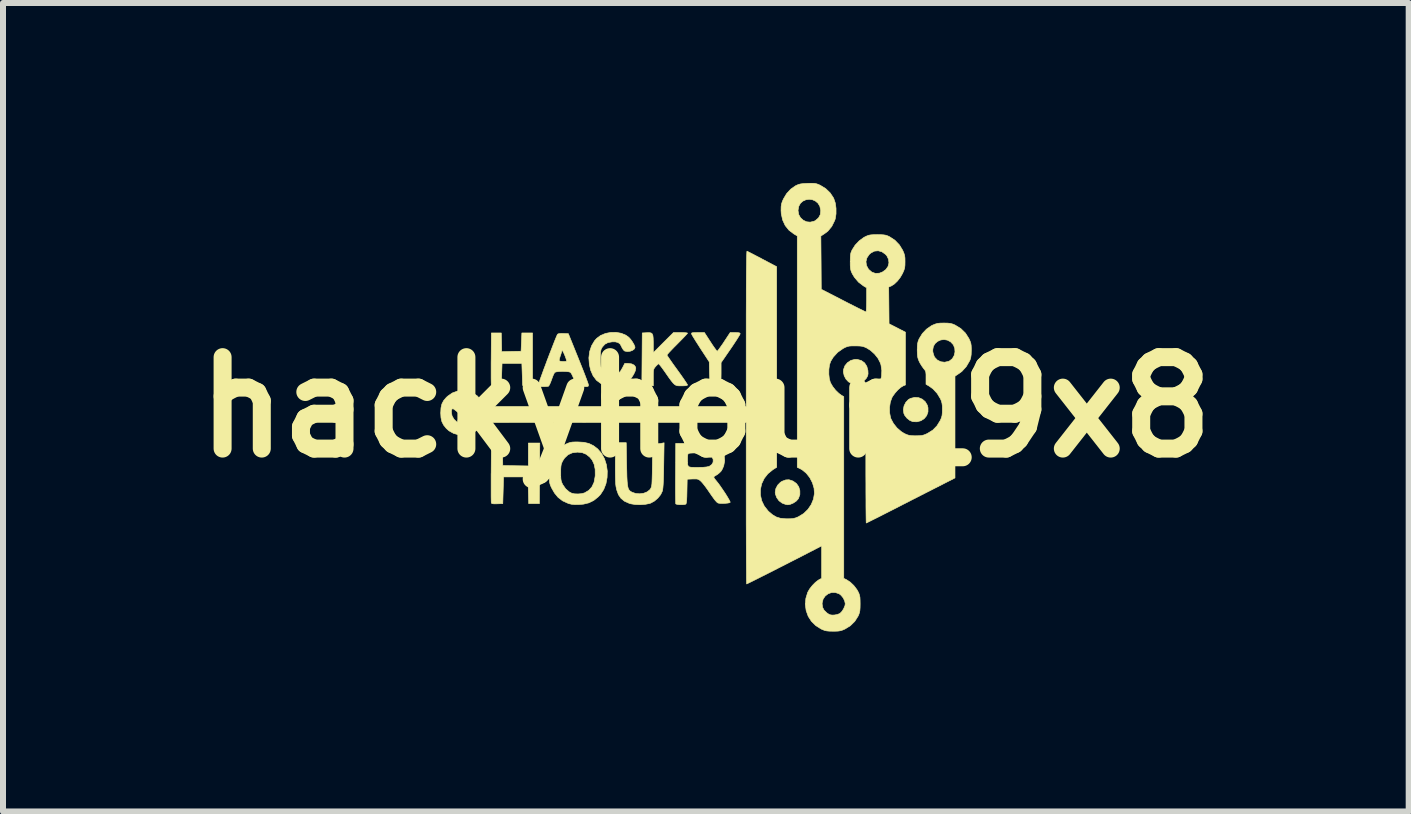
<source format=kicad_pcb>
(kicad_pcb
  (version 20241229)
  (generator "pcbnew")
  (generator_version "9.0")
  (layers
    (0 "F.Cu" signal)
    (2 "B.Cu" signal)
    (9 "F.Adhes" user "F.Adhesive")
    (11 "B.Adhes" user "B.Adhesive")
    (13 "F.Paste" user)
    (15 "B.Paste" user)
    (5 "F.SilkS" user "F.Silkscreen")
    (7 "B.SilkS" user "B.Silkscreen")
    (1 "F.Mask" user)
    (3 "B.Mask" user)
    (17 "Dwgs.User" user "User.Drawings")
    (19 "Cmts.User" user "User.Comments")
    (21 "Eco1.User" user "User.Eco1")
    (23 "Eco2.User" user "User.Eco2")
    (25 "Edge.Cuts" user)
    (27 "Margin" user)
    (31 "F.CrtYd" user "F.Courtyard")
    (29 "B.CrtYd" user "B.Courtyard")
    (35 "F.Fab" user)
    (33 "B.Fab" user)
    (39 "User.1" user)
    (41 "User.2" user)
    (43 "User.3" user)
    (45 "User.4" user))
  (footprint "hackyhour_9x8"
    (layer "F.Cu")
    (at 8.716 3.738)
    (property "Reference" "hackyhour_9x8" (at 0 0 0) (layer "F.SilkS") (effects (font (size 1.524 1.524) (thickness 0.3))))
    (attr through_hole)
    (fp_poly (pts (xy 3.548 -0.159) (xy 3.608 -0.134) (xy 3.658 -0.091) (xy 3.692 -0.033) (xy 3.703 0.009) (xy 3.703 0.078) (xy 3.681 0.14) (xy 3.641 0.189) (xy 3.586 0.225) (xy 3.52 0.243) (xy 3.451 0.241) (xy 3.401 0.221) (xy 3.354 0.184) (xy 3.316 0.137) (xy 3.301 0.104) (xy 3.292 0.041) (xy 3.304 -0.023) (xy 3.333 -0.081) (xy 3.376 -0.127) (xy 3.411 -0.147) (xy 3.481 -0.164) (xy 3.548 -0.159)) (stroke (width 0.01) (type solid)) (fill yes) (layer "F.SilkS"))
    (fp_poly (pts (xy 2.523 -0.797) (xy 2.592 -0.778) (xy 2.646 -0.739) (xy 2.683 -0.682) (xy 2.702 -0.61) (xy 2.702 -0.604) (xy 2.704 -0.558) (xy 2.698 -0.525) (xy 2.681 -0.492) (xy 2.674 -0.481) (xy 2.624 -0.428) (xy 2.563 -0.395) (xy 2.493 -0.385) (xy 2.432 -0.394) (xy 2.379 -0.422) (xy 2.336 -0.468) (xy 2.306 -0.525) (xy 2.292 -0.588) (xy 2.295 -0.628) (xy 2.318 -0.691) (xy 2.361 -0.743) (xy 2.417 -0.78) (xy 2.483 -0.797) (xy 2.523 -0.797)) (stroke (width 0.01) (type solid)) (fill yes) (layer "F.SilkS"))
    (fp_poly (pts (xy -3.406 -1.082) (xy -3.403 -0.926) (xy -3.241 -0.93) (xy -3.08 -0.933) (xy -3.067 -1.238) (xy -2.889 -1.238) (xy -2.889 -0.362) (xy -3.054 -0.362) (xy -3.067 -0.73) (xy -3.397 -0.73) (xy -3.41 -0.362) (xy -3.489 -0.358) (xy -3.539 -0.358) (xy -3.567 -0.363) (xy -3.575 -0.371) (xy -3.577 -0.387) (xy -3.578 -0.426) (xy -3.579 -0.484) (xy -3.579 -0.557) (xy -3.579 -0.644) (xy -3.579 -0.741) (xy -3.578 -0.813) (xy -3.575 -1.238) (xy -3.41 -1.238) (xy -3.406 -1.082)) (stroke (width 0.01) (type solid)) (fill yes) (layer "F.SilkS"))
    (fp_poly (pts (xy 1.445 1.228) (xy 1.456 1.233) (xy 1.51 1.272) (xy 1.548 1.326) (xy 1.567 1.39) (xy 1.567 1.456) (xy 1.544 1.521) (xy 1.542 1.525) (xy 1.508 1.564) (xy 1.459 1.597) (xy 1.404 1.62) (xy 1.365 1.626) (xy 1.33 1.62) (xy 1.287 1.605) (xy 1.27 1.597) (xy 1.219 1.559) (xy 1.181 1.506) (xy 1.159 1.446) (xy 1.156 1.416) (xy 1.167 1.356) (xy 1.198 1.298) (xy 1.243 1.252) (xy 1.27 1.235) (xy 1.331 1.212) (xy 1.386 1.209) (xy 1.445 1.228)) (stroke (width 0.01) (type solid)) (fill yes) (layer "F.SilkS"))
    (fp_poly (pts (xy -3.388 0.784) (xy -3.385 0.972) (xy -2.959 0.979) (xy -2.959 0.597) (xy -2.768 0.597) (xy -2.772 1.102) (xy -2.775 1.607) (xy -2.953 1.607) (xy -2.965 1.162) (xy -3.372 1.162) (xy -3.385 1.607) (xy -3.477 1.61) (xy -3.53 1.611) (xy -3.562 1.607) (xy -3.575 1.598) (xy -3.575 1.598) (xy -3.577 1.582) (xy -3.578 1.543) (xy -3.579 1.485) (xy -3.579 1.41) (xy -3.579 1.321) (xy -3.579 1.221) (xy -3.579 1.113) (xy -3.578 1.092) (xy -3.575 0.603) (xy -3.483 0.6) (xy -3.392 0.596) (xy -3.388 0.784)) (stroke (width 0.01) (type solid)) (fill yes) (layer "F.SilkS"))
    (fp_poly (pts (xy 0.077 -1.089) (xy 0.113 -1.034) (xy 0.145 -0.988) (xy 0.171 -0.953) (xy 0.186 -0.935) (xy 0.189 -0.933) (xy 0.2 -0.944) (xy 0.221 -0.971) (xy 0.251 -1.013) (xy 0.287 -1.064) (xy 0.303 -1.089) (xy 0.406 -1.245) (xy 0.489 -1.245) (xy 0.535 -1.243) (xy 0.56 -1.239) (xy 0.57 -1.231) (xy 0.572 -1.224) (xy 0.565 -1.208) (xy 0.545 -1.175) (xy 0.515 -1.127) (xy 0.477 -1.069) (xy 0.433 -1.003) (xy 0.413 -0.974) (xy 0.254 -0.743) (xy 0.254 -0.565) (xy 0.253 -0.48) (xy 0.25 -0.421) (xy 0.245 -0.384) (xy 0.239 -0.371) (xy 0.216 -0.361) (xy 0.179 -0.356) (xy 0.138 -0.357) (xy 0.101 -0.361) (xy 0.079 -0.371) (xy 0.079 -0.372) (xy 0.074 -0.39) (xy 0.069 -0.428) (xy 0.065 -0.483) (xy 0.062 -0.548) (xy 0.061 -0.572) (xy 0.057 -0.756) (xy -0.088 -0.977) (xy -0.131 -1.045) (xy -0.171 -1.107) (xy -0.203 -1.159) (xy -0.226 -1.197) (xy -0.237 -1.219) (xy -0.238 -1.222) (xy -0.239 -1.233) (xy -0.23 -1.24) (xy -0.208 -1.243) (xy -0.168 -1.244) (xy -0.134 -1.245) (xy -0.024 -1.245) (xy 0.077 -1.089)) (stroke (width 0.01) (type solid)) (fill yes) (layer "F.SilkS"))
    (fp_poly (pts (xy -1.321 0.953) (xy -1.318 1.068) (xy -1.316 1.16) (xy -1.312 1.233) (xy -1.307 1.288) (xy -1.3 1.33) (xy -1.291 1.36) (xy -1.278 1.382) (xy -1.262 1.398) (xy -1.241 1.411) (xy -1.231 1.417) (xy -1.169 1.438) (xy -1.102 1.443) (xy -1.036 1.434) (xy -0.978 1.411) (xy -0.934 1.376) (xy -0.921 1.359) (xy -0.914 1.344) (xy -0.907 1.328) (xy -0.903 1.306) (xy -0.899 1.275) (xy -0.897 1.234) (xy -0.895 1.177) (xy -0.893 1.103) (xy -0.892 1.008) (xy -0.891 0.962) (xy -0.888 0.61) (xy -0.833 0.61) (xy -0.787 0.608) (xy -0.744 0.603) (xy -0.737 0.601) (xy -0.696 0.593) (xy -0.702 0.967) (xy -0.704 1.097) (xy -0.707 1.202) (xy -0.711 1.285) (xy -0.716 1.346) (xy -0.722 1.386) (xy -0.724 1.396) (xy -0.753 1.457) (xy -0.8 1.515) (xy -0.858 1.565) (xy -0.921 1.599) (xy -0.939 1.605) (xy -1.01 1.619) (xy -1.093 1.625) (xy -1.177 1.622) (xy -1.251 1.61) (xy -1.278 1.602) (xy -1.356 1.567) (xy -1.414 1.52) (xy -1.457 1.458) (xy -1.486 1.378) (xy -1.498 1.321) (xy -1.503 1.28) (xy -1.506 1.218) (xy -1.508 1.137) (xy -1.509 1.042) (xy -1.509 0.936) (xy -1.509 0.914) (xy -1.505 0.591) (xy -1.327 0.591) (xy -1.321 0.953)) (stroke (width 0.01) (type solid)) (fill yes) (layer "F.SilkS"))
    (fp_poly (pts (xy -0.371 -1.244) (xy -0.331 -1.241) (xy -0.308 -1.237) (xy -0.305 -1.235) (xy -0.313 -1.223) (xy -0.337 -1.197) (xy -0.374 -1.158) (xy -0.42 -1.111) (xy -0.473 -1.057) (xy -0.476 -1.054) (xy -0.53 -1) (xy -0.576 -0.952) (xy -0.614 -0.912) (xy -0.638 -0.884) (xy -0.648 -0.87) (xy -0.648 -0.87) (xy -0.641 -0.856) (xy -0.62 -0.825) (xy -0.589 -0.78) (xy -0.55 -0.724) (xy -0.503 -0.659) (xy -0.476 -0.622) (xy -0.427 -0.554) (xy -0.384 -0.493) (xy -0.348 -0.44) (xy -0.322 -0.401) (xy -0.307 -0.377) (xy -0.305 -0.371) (xy -0.314 -0.363) (xy -0.342 -0.358) (xy -0.392 -0.356) (xy -0.404 -0.356) (xy -0.442 -0.356) (xy -0.472 -0.358) (xy -0.498 -0.365) (xy -0.521 -0.379) (xy -0.546 -0.403) (xy -0.576 -0.44) (xy -0.614 -0.491) (xy -0.662 -0.56) (xy -0.672 -0.575) (xy -0.71 -0.628) (xy -0.743 -0.673) (xy -0.769 -0.705) (xy -0.784 -0.722) (xy -0.787 -0.724) (xy -0.801 -0.715) (xy -0.824 -0.693) (xy -0.837 -0.679) (xy -0.854 -0.658) (xy -0.865 -0.64) (xy -0.872 -0.618) (xy -0.875 -0.585) (xy -0.876 -0.538) (xy -0.876 -0.495) (xy -0.876 -0.356) (xy -1.067 -0.356) (xy -1.06 -1.238) (xy -0.985 -1.242) (xy -0.943 -1.243) (xy -0.914 -1.238) (xy -0.895 -1.224) (xy -0.883 -1.197) (xy -0.878 -1.154) (xy -0.876 -1.09) (xy -0.876 -1.055) (xy -0.876 -0.908) (xy -0.708 -1.077) (xy -0.539 -1.245) (xy -0.422 -1.245) (xy -0.371 -1.244)) (stroke (width 0.01) (type solid)) (fill yes) (layer "F.SilkS"))
    (fp_poly (pts (xy -1.408 -1.232) (xy -1.331 -1.199) (xy -1.284 -1.165) (xy -1.253 -1.131) (xy -1.223 -1.088) (xy -1.198 -1.045) (xy -1.183 -1.009) (xy -1.181 -0.996) (xy -1.193 -0.97) (xy -1.222 -0.948) (xy -1.262 -0.933) (xy -1.307 -0.928) (xy -1.347 -0.935) (xy -1.358 -0.939) (xy -1.377 -0.959) (xy -1.397 -0.991) (xy -1.402 -1.002) (xy -1.427 -1.05) (xy -1.462 -1.078) (xy -1.51 -1.09) (xy -1.562 -1.09) (xy -1.631 -1.078) (xy -1.682 -1.051) (xy -1.723 -1.006) (xy -1.734 -0.989) (xy -1.746 -0.965) (xy -1.753 -0.935) (xy -1.757 -0.895) (xy -1.759 -0.838) (xy -1.759 -0.813) (xy -1.758 -0.748) (xy -1.755 -0.703) (xy -1.749 -0.671) (xy -1.738 -0.645) (xy -1.734 -0.636) (xy -1.69 -0.582) (xy -1.634 -0.549) (xy -1.579 -0.537) (xy -1.516 -0.539) (xy -1.465 -0.56) (xy -1.423 -0.6) (xy -1.391 -0.654) (xy -1.352 -0.73) (xy -1.294 -0.73) (xy -1.236 -0.722) (xy -1.194 -0.701) (xy -1.171 -0.669) (xy -1.168 -0.65) (xy -1.177 -0.604) (xy -1.202 -0.55) (xy -1.237 -0.494) (xy -1.278 -0.445) (xy -1.292 -0.432) (xy -1.367 -0.382) (xy -1.455 -0.352) (xy -1.551 -0.344) (xy -1.651 -0.357) (xy -1.664 -0.36) (xy -1.752 -0.396) (xy -1.824 -0.45) (xy -1.88 -0.525) (xy -1.921 -0.619) (xy -1.942 -0.714) (xy -1.95 -0.823) (xy -1.937 -0.928) (xy -1.905 -1.024) (xy -1.855 -1.108) (xy -1.82 -1.147) (xy -1.753 -1.197) (xy -1.672 -1.23) (xy -1.584 -1.247) (xy -1.494 -1.248) (xy -1.408 -1.232)) (stroke (width 0.01) (type solid)) (fill yes) (layer "F.SilkS"))
    (fp_poly (pts (xy -2.376 -1.229) (xy -2.292 -1.226) (xy -2.125 -0.813) (xy -2.086 -0.715) (xy -2.05 -0.625) (xy -2.018 -0.543) (xy -1.992 -0.474) (xy -1.972 -0.42) (xy -1.96 -0.385) (xy -1.957 -0.371) (xy -1.958 -0.356) (xy -1.965 -0.348) (xy -1.983 -0.344) (xy -2.018 -0.344) (xy -2.054 -0.346) (xy -2.152 -0.349) (xy -2.194 -0.457) (xy -2.215 -0.507) (xy -2.235 -0.549) (xy -2.252 -0.576) (xy -2.257 -0.581) (xy -2.282 -0.59) (xy -2.328 -0.595) (xy -2.388 -0.597) (xy -2.45 -0.595) (xy -2.495 -0.589) (xy -2.517 -0.581) (xy -2.53 -0.562) (xy -2.547 -0.526) (xy -2.565 -0.478) (xy -2.571 -0.461) (xy -2.589 -0.413) (xy -2.606 -0.375) (xy -2.62 -0.353) (xy -2.624 -0.35) (xy -2.647 -0.346) (xy -2.686 -0.344) (xy -2.719 -0.343) (xy -2.761 -0.344) (xy -2.784 -0.348) (xy -2.793 -0.358) (xy -2.794 -0.368) (xy -2.79 -0.385) (xy -2.777 -0.422) (xy -2.758 -0.476) (xy -2.733 -0.544) (xy -2.705 -0.622) (xy -2.673 -0.706) (xy -2.644 -0.785) (xy -2.445 -0.785) (xy -2.444 -0.774) (xy -2.428 -0.767) (xy -2.398 -0.763) (xy -2.363 -0.762) (xy -2.333 -0.764) (xy -2.322 -0.769) (xy -2.323 -0.783) (xy -2.332 -0.814) (xy -2.348 -0.857) (xy -2.354 -0.872) (xy -2.374 -0.916) (xy -2.389 -0.942) (xy -2.397 -0.947) (xy -2.398 -0.945) (xy -2.405 -0.92) (xy -2.417 -0.881) (xy -2.427 -0.853) (xy -2.439 -0.814) (xy -2.445 -0.785) (xy -2.644 -0.785) (xy -2.64 -0.794) (xy -2.607 -0.882) (xy -2.574 -0.966) (xy -2.544 -1.043) (xy -2.518 -1.11) (xy -2.496 -1.164) (xy -2.48 -1.201) (xy -2.472 -1.217) (xy -2.452 -1.226) (xy -2.41 -1.23) (xy -2.376 -1.229)) (stroke (width 0.01) (type solid)) (fill yes) (layer "F.SilkS"))
    (fp_poly (pts (xy -2.032 0.585) (xy -1.948 0.605) (xy -1.874 0.641) (xy -1.804 0.694) (xy -1.739 0.769) (xy -1.69 0.859) (xy -1.658 0.958) (xy -1.643 1.064) (xy -1.646 1.17) (xy -1.665 1.274) (xy -1.702 1.37) (xy -1.756 1.454) (xy -1.793 1.493) (xy -1.869 1.554) (xy -1.95 1.594) (xy -2.041 1.616) (xy -2.115 1.622) (xy -2.184 1.623) (xy -2.237 1.618) (xy -2.283 1.607) (xy -2.295 1.603) (xy -2.387 1.561) (xy -2.462 1.504) (xy -2.523 1.43) (xy -2.571 1.346) (xy -2.587 1.311) (xy -2.598 1.281) (xy -2.605 1.251) (xy -2.608 1.213) (xy -2.61 1.162) (xy -2.61 1.098) (xy -2.61 1.092) (xy -2.419 1.092) (xy -2.419 1.155) (xy -2.416 1.199) (xy -2.41 1.232) (xy -2.399 1.262) (xy -2.385 1.291) (xy -2.337 1.36) (xy -2.277 1.412) (xy -2.235 1.434) (xy -2.188 1.444) (xy -2.13 1.446) (xy -2.07 1.441) (xy -2.022 1.428) (xy -1.951 1.386) (xy -1.899 1.328) (xy -1.863 1.251) (xy -1.846 1.156) (xy -1.844 1.135) (xy -1.845 1.035) (xy -1.862 0.952) (xy -1.894 0.883) (xy -1.934 0.833) (xy -1.993 0.785) (xy -2.059 0.758) (xy -2.139 0.749) (xy -2.141 0.749) (xy -2.226 0.76) (xy -2.297 0.792) (xy -2.354 0.846) (xy -2.385 0.893) (xy -2.401 0.926) (xy -2.411 0.955) (xy -2.416 0.989) (xy -2.419 1.035) (xy -2.419 1.092) (xy -2.61 1.092) (xy -2.61 1.03) (xy -2.608 0.981) (xy -2.604 0.945) (xy -2.597 0.915) (xy -2.586 0.886) (xy -2.569 0.85) (xy -2.568 0.849) (xy -2.511 0.755) (xy -2.44 0.681) (xy -2.353 0.625) (xy -2.339 0.618) (xy -2.296 0.599) (xy -2.26 0.587) (xy -2.223 0.581) (xy -2.175 0.579) (xy -2.134 0.579) (xy -2.032 0.585)) (stroke (width 0.01) (type solid)) (fill yes) (layer "F.SilkS"))
    (fp_poly (pts (xy -0.216 0.604) (xy -0.108 0.605) (xy -0.022 0.607) (xy 0.045 0.611) (xy 0.098 0.617) (xy 0.139 0.627) (xy 0.171 0.64) (xy 0.2 0.657) (xy 0.227 0.68) (xy 0.229 0.681) (xy 0.279 0.742) (xy 0.307 0.814) (xy 0.314 0.893) (xy 0.298 0.976) (xy 0.278 1.025) (xy 0.257 1.062) (xy 0.23 1.091) (xy 0.193 1.121) (xy 0.145 1.15) (xy 0.134 1.159) (xy 0.134 1.171) (xy 0.144 1.19) (xy 0.169 1.221) (xy 0.186 1.242) (xy 0.215 1.279) (xy 0.249 1.327) (xy 0.286 1.381) (xy 0.323 1.436) (xy 0.356 1.489) (xy 0.383 1.535) (xy 0.401 1.568) (xy 0.406 1.585) (xy 0.395 1.592) (xy 0.365 1.598) (xy 0.324 1.602) (xy 0.279 1.604) (xy 0.238 1.603) (xy 0.206 1.598) (xy 0.203 1.597) (xy 0.181 1.581) (xy 0.149 1.545) (xy 0.106 1.486) (xy 0.07 1.434) (xy 0.029 1.374) (xy -0.011 1.319) (xy -0.047 1.273) (xy -0.075 1.241) (xy -0.08 1.236) (xy -0.106 1.214) (xy -0.129 1.201) (xy -0.155 1.196) (xy -0.195 1.196) (xy -0.22 1.196) (xy -0.311 1.2) (xy -0.315 1.403) (xy -0.317 1.489) (xy -0.32 1.552) (xy -0.325 1.592) (xy -0.331 1.613) (xy -0.334 1.615) (xy -0.357 1.622) (xy -0.394 1.625) (xy -0.435 1.625) (xy -0.472 1.621) (xy -0.497 1.614) (xy -0.502 1.61) (xy -0.503 1.594) (xy -0.504 1.555) (xy -0.505 1.497) (xy -0.506 1.422) (xy -0.506 1.333) (xy -0.506 1.233) (xy -0.505 1.124) (xy -0.505 1.099) (xy -0.503 0.869) (xy -0.305 0.869) (xy -0.305 0.924) (xy -0.302 0.961) (xy -0.292 0.984) (xy -0.271 0.997) (xy -0.236 1.002) (xy -0.181 1.003) (xy -0.138 1.003) (xy -0.052 1.002) (xy 0.011 0.996) (xy 0.053 0.987) (xy 0.058 0.985) (xy 0.099 0.956) (xy 0.121 0.917) (xy 0.122 0.872) (xy 0.104 0.827) (xy 0.072 0.795) (xy 0.052 0.783) (xy 0.026 0.775) (xy -0.01 0.769) (xy -0.063 0.766) (xy -0.102 0.764) (xy -0.162 0.763) (xy -0.216 0.763) (xy -0.256 0.765) (xy -0.273 0.767) (xy -0.289 0.773) (xy -0.299 0.783) (xy -0.303 0.805) (xy -0.305 0.843) (xy -0.305 0.869) (xy -0.503 0.869) (xy -0.502 0.603) (xy -0.216 0.604)) (stroke (width 0.01) (type solid)) (fill yes) (layer "F.SilkS"))
    (fp_poly (pts (xy 1.803 -3.732) (xy 1.836 -3.727) (xy 1.867 -3.717) (xy 1.905 -3.701) (xy 1.908 -3.699) (xy 1.997 -3.645) (xy 2.072 -3.573) (xy 2.127 -3.49) (xy 2.132 -3.48) (xy 2.158 -3.403) (xy 2.17 -3.315) (xy 2.17 -3.223) (xy 2.157 -3.14) (xy 2.147 -3.111) (xy 2.099 -3.014) (xy 2.035 -2.936) (xy 1.98 -2.894) (xy 1.917 -2.853) (xy 1.921 -2.409) (xy 1.924 -1.966) (xy 2.292 -1.777) (xy 2.381 -1.731) (xy 2.463 -1.69) (xy 2.535 -1.653) (xy 2.595 -1.624) (xy 2.639 -1.602) (xy 2.665 -1.59) (xy 2.67 -1.588) (xy 2.673 -1.6) (xy 2.676 -1.633) (xy 2.678 -1.683) (xy 2.679 -1.745) (xy 2.68 -1.789) (xy 2.68 -1.991) (xy 2.626 -2.023) (xy 2.545 -2.085) (xy 2.477 -2.165) (xy 2.442 -2.223) (xy 2.426 -2.257) (xy 2.416 -2.287) (xy 2.41 -2.322) (xy 2.407 -2.367) (xy 2.407 -2.426) (xy 2.669 -2.426) (xy 2.678 -2.362) (xy 2.71 -2.303) (xy 2.715 -2.297) (xy 2.767 -2.252) (xy 2.826 -2.231) (xy 2.892 -2.234) (xy 2.946 -2.255) (xy 3.001 -2.295) (xy 3.037 -2.347) (xy 3.052 -2.406) (xy 3.045 -2.466) (xy 3.017 -2.524) (xy 2.993 -2.55) (xy 2.935 -2.591) (xy 2.873 -2.608) (xy 2.81 -2.602) (xy 2.751 -2.571) (xy 2.722 -2.545) (xy 2.684 -2.488) (xy 2.669 -2.426) (xy 2.407 -2.426) (xy 2.407 -2.426) (xy 2.408 -2.49) (xy 2.411 -2.536) (xy 2.417 -2.571) (xy 2.429 -2.602) (xy 2.437 -2.62) (xy 2.488 -2.701) (xy 2.556 -2.773) (xy 2.632 -2.829) (xy 2.65 -2.839) (xy 2.686 -2.856) (xy 2.717 -2.867) (xy 2.751 -2.873) (xy 2.795 -2.876) (xy 2.857 -2.877) (xy 2.857 -2.877) (xy 2.92 -2.876) (xy 2.965 -2.873) (xy 3 -2.867) (xy 3.032 -2.856) (xy 3.062 -2.842) (xy 3.151 -2.784) (xy 3.226 -2.706) (xy 3.281 -2.616) (xy 3.301 -2.57) (xy 3.313 -2.531) (xy 3.319 -2.488) (xy 3.32 -2.431) (xy 3.32 -2.426) (xy 3.319 -2.367) (xy 3.314 -2.323) (xy 3.302 -2.283) (xy 3.282 -2.237) (xy 3.28 -2.232) (xy 3.242 -2.166) (xy 3.194 -2.104) (xy 3.142 -2.054) (xy 3.091 -2.021) (xy 3.087 -2.02) (xy 3.048 -2.003) (xy 3.051 -1.697) (xy 3.054 -1.391) (xy 3.191 -1.321) (xy 3.327 -1.251) (xy 3.327 -0.811) (xy 3.327 -0.371) (xy 3.29 -0.356) (xy 3.249 -0.331) (xy 3.202 -0.29) (xy 3.157 -0.24) (xy 3.118 -0.187) (xy 3.102 -0.16) (xy 3.075 -0.085) (xy 3.062 0.002) (xy 3.063 0.091) (xy 3.079 0.175) (xy 3.086 0.194) (xy 3.127 0.271) (xy 3.186 0.345) (xy 3.258 0.407) (xy 3.31 0.439) (xy 3.35 0.457) (xy 3.385 0.468) (xy 3.424 0.474) (xy 3.476 0.476) (xy 3.499 0.476) (xy 3.557 0.475) (xy 3.6 0.471) (xy 3.636 0.462) (xy 3.675 0.446) (xy 3.699 0.434) (xy 3.784 0.381) (xy 3.852 0.311) (xy 3.907 0.222) (xy 3.91 0.216) (xy 3.928 0.174) (xy 3.938 0.135) (xy 3.942 0.088) (xy 3.943 0.038) (xy 3.942 -0.022) (xy 3.936 -0.067) (xy 3.925 -0.107) (xy 3.91 -0.141) (xy 3.857 -0.229) (xy 3.789 -0.303) (xy 3.727 -0.349) (xy 3.67 -0.382) (xy 3.67 -0.491) (xy 3.67 -0.545) (xy 3.667 -0.58) (xy 3.66 -0.605) (xy 3.646 -0.626) (xy 3.63 -0.645) (xy 3.602 -0.684) (xy 3.572 -0.732) (xy 3.557 -0.761) (xy 3.541 -0.8) (xy 3.531 -0.836) (xy 3.526 -0.878) (xy 3.524 -0.935) (xy 3.524 -0.953) (xy 3.524 -0.955) (xy 3.782 -0.955) (xy 3.784 -0.922) (xy 3.795 -0.879) (xy 3.81 -0.84) (xy 3.815 -0.832) (xy 3.859 -0.786) (xy 3.916 -0.758) (xy 3.98 -0.75) (xy 4.045 -0.764) (xy 4.064 -0.773) (xy 4.109 -0.809) (xy 4.139 -0.861) (xy 4.153 -0.921) (xy 4.149 -0.983) (xy 4.126 -1.04) (xy 4.124 -1.043) (xy 4.08 -1.09) (xy 4.027 -1.118) (xy 3.971 -1.128) (xy 3.915 -1.121) (xy 3.864 -1.098) (xy 3.822 -1.062) (xy 3.793 -1.014) (xy 3.782 -0.955) (xy 3.524 -0.955) (xy 3.525 -1.014) (xy 3.529 -1.059) (xy 3.538 -1.096) (xy 3.552 -1.133) (xy 3.558 -1.145) (xy 3.609 -1.228) (xy 3.678 -1.301) (xy 3.758 -1.357) (xy 3.782 -1.369) (xy 3.823 -1.386) (xy 3.861 -1.397) (xy 3.906 -1.402) (xy 3.966 -1.403) (xy 3.969 -1.403) (xy 4.03 -1.402) (xy 4.075 -1.397) (xy 4.113 -1.387) (xy 4.154 -1.37) (xy 4.155 -1.369) (xy 4.249 -1.312) (xy 4.327 -1.236) (xy 4.385 -1.145) (xy 4.405 -1.101) (xy 4.417 -1.066) (xy 4.423 -1.028) (xy 4.425 -0.98) (xy 4.425 -0.946) (xy 4.423 -0.879) (xy 4.416 -0.829) (xy 4.404 -0.788) (xy 4.398 -0.775) (xy 4.34 -0.676) (xy 4.267 -0.596) (xy 4.223 -0.564) (xy 4.153 -0.517) (xy 4.153 1.179) (xy 3.417 1.554) (xy 3.29 1.619) (xy 3.17 1.681) (xy 3.059 1.737) (xy 2.957 1.789) (xy 2.869 1.834) (xy 2.794 1.871) (xy 2.736 1.9) (xy 2.696 1.92) (xy 2.676 1.93) (xy 2.674 1.93) (xy 2.673 1.918) (xy 2.672 1.882) (xy 2.671 1.825) (xy 2.67 1.747) (xy 2.669 1.652) (xy 2.669 1.54) (xy 2.668 1.415) (xy 2.668 1.277) (xy 2.667 1.129) (xy 2.667 0.972) (xy 2.667 0.879) (xy 2.667 -0.172) (xy 2.713 -0.197) (xy 2.764 -0.233) (xy 2.817 -0.286) (xy 2.864 -0.347) (xy 2.9 -0.408) (xy 2.907 -0.426) (xy 2.929 -0.516) (xy 2.933 -0.613) (xy 2.919 -0.707) (xy 2.907 -0.742) (xy 2.869 -0.816) (xy 2.813 -0.886) (xy 2.746 -0.947) (xy 2.682 -0.987) (xy 2.644 -1.004) (xy 2.609 -1.015) (xy 2.57 -1.02) (xy 2.518 -1.022) (xy 2.489 -1.022) (xy 2.431 -1.022) (xy 2.39 -1.019) (xy 2.357 -1.011) (xy 2.324 -0.998) (xy 2.288 -0.979) (xy 2.198 -0.916) (xy 2.124 -0.835) (xy 2.081 -0.765) (xy 2.061 -0.706) (xy 2.051 -0.632) (xy 2.05 -0.552) (xy 2.058 -0.476) (xy 2.076 -0.411) (xy 2.08 -0.404) (xy 2.115 -0.344) (xy 2.163 -0.283) (xy 2.218 -0.23) (xy 2.256 -0.202) (xy 2.299 -0.176) (xy 2.299 2.853) (xy 2.343 2.874) (xy 2.406 2.915) (xy 2.467 2.973) (xy 2.518 3.04) (xy 2.535 3.07) (xy 2.552 3.105) (xy 2.562 3.137) (xy 2.569 3.171) (xy 2.571 3.215) (xy 2.572 3.277) (xy 2.571 3.34) (xy 2.568 3.386) (xy 2.561 3.422) (xy 2.55 3.455) (xy 2.538 3.482) (xy 2.483 3.569) (xy 2.409 3.642) (xy 2.32 3.697) (xy 2.279 3.715) (xy 2.243 3.726) (xy 2.204 3.732) (xy 2.152 3.734) (xy 2.121 3.734) (xy 2.06 3.733) (xy 2.016 3.729) (xy 1.98 3.721) (xy 1.942 3.706) (xy 1.922 3.697) (xy 1.833 3.641) (xy 1.76 3.569) (xy 1.706 3.485) (xy 1.672 3.39) (xy 1.658 3.29) (xy 1.659 3.277) (xy 1.938 3.277) (xy 1.946 3.336) (xy 1.971 3.384) (xy 2.018 3.429) (xy 2.033 3.44) (xy 2.067 3.459) (xy 2.103 3.465) (xy 2.141 3.464) (xy 2.188 3.456) (xy 2.228 3.441) (xy 2.239 3.434) (xy 2.271 3.401) (xy 2.299 3.355) (xy 2.319 3.307) (xy 2.324 3.275) (xy 2.314 3.229) (xy 2.29 3.179) (xy 2.255 3.136) (xy 2.222 3.11) (xy 2.159 3.089) (xy 2.096 3.089) (xy 2.038 3.11) (xy 1.99 3.147) (xy 1.955 3.198) (xy 1.939 3.261) (xy 1.938 3.277) (xy 1.659 3.277) (xy 1.667 3.187) (xy 1.698 3.085) (xy 1.7 3.082) (xy 1.731 3.028) (xy 1.775 2.972) (xy 1.826 2.92) (xy 1.875 2.882) (xy 1.886 2.876) (xy 1.93 2.852) (xy 1.93 2.311) (xy 1.749 2.405) (xy 1.679 2.441) (xy 1.598 2.483) (xy 1.508 2.529) (xy 1.411 2.578) (xy 1.312 2.629) (xy 1.211 2.68) (xy 1.112 2.731) (xy 1.017 2.779) (xy 0.929 2.823) (xy 0.85 2.863) (xy 0.784 2.896) (xy 0.731 2.922) (xy 0.696 2.939) (xy 0.681 2.946) (xy 0.68 2.946) (xy 0.679 2.934) (xy 0.678 2.898) (xy 0.677 2.84) (xy 0.677 2.761) (xy 0.676 2.663) (xy 0.675 2.549) (xy 0.675 2.419) (xy 0.674 2.275) (xy 0.674 2.118) (xy 0.673 1.952) (xy 0.673 1.776) (xy 0.673 1.6) (xy 0.673 0.254) (xy -1.521 0.254) (xy -3.715 0.255) (xy -3.745 0.304) (xy -3.8 0.371) (xy -3.87 0.42) (xy -3.95 0.452) (xy -4.035 0.465) (xy -4.122 0.46) (xy -4.206 0.436) (xy -4.282 0.393) (xy -4.326 0.354) (xy -4.371 0.298) (xy -4.4 0.241) (xy -4.415 0.175) (xy -4.42 0.093) (xy -4.419 0.086) (xy -4.242 0.086) (xy -4.23 0.146) (xy -4.198 0.201) (xy -4.151 0.246) (xy -4.115 0.266) (xy -4.069 0.275) (xy -4.015 0.272) (xy -3.964 0.259) (xy -3.94 0.245) (xy -3.887 0.194) (xy -3.859 0.133) (xy -3.853 0.1) (xy -3.858 0.036) (xy -3.885 -0.02) (xy -3.929 -0.064) (xy -3.987 -0.092) (xy -4.051 -0.101) (xy -4.099 -0.099) (xy -4.123 -0.091) (xy -4.124 -0.076) (xy -4.103 -0.053) (xy -4.095 -0.046) (xy -4.051 -0.011) (xy -4.09 0.039) (xy -4.13 0.089) (xy -4.176 0.051) (xy -4.208 0.028) (xy -4.229 0.027) (xy -4.239 0.048) (xy -4.242 0.086) (xy -4.419 0.086) (xy -4.415 0.011) (xy -4.4 -0.054) (xy -4.371 -0.11) (xy -4.326 -0.163) (xy -4.303 -0.184) (xy -4.227 -0.237) (xy -4.143 -0.268) (xy -4.056 -0.278) (xy -3.969 -0.269) (xy -3.887 -0.239) (xy -3.813 -0.191) (xy -3.752 -0.125) (xy -3.726 -0.084) (xy -3.689 -0.013) (xy -1.508 -0.013) (xy 0.673 -0.013) (xy 0.673 -1.309) (xy 0.673 -1.549) (xy 0.674 -1.764) (xy 0.674 -1.955) (xy 0.675 -2.121) (xy 0.676 -2.263) (xy 0.678 -2.381) (xy 0.679 -2.473) (xy 0.681 -2.541) (xy 0.683 -2.584) (xy 0.685 -2.601) (xy 0.686 -2.601) (xy 0.7 -2.594) (xy 0.734 -2.577) (xy 0.783 -2.552) (xy 0.844 -2.52) (xy 0.914 -2.484) (xy 0.939 -2.47) (xy 1.18 -2.343) (xy 1.181 -0.671) (xy 1.181 1.001) (xy 1.116 1.042) (xy 1.034 1.109) (xy 0.973 1.187) (xy 0.931 1.275) (xy 0.91 1.369) (xy 0.91 1.464) (xy 0.931 1.559) (xy 0.974 1.648) (xy 1.038 1.729) (xy 1.049 1.74) (xy 1.113 1.794) (xy 1.175 1.83) (xy 1.243 1.851) (xy 1.325 1.859) (xy 1.353 1.86) (xy 1.412 1.859) (xy 1.456 1.855) (xy 1.493 1.846) (xy 1.534 1.83) (xy 1.546 1.824) (xy 1.631 1.772) (xy 1.702 1.703) (xy 1.757 1.622) (xy 1.794 1.532) (xy 1.81 1.438) (xy 1.804 1.351) (xy 1.777 1.26) (xy 1.733 1.175) (xy 1.675 1.101) (xy 1.607 1.045) (xy 1.572 1.025) (xy 1.524 1.002) (xy 1.524 -2.855) (xy 1.468 -2.888) (xy 1.386 -2.95) (xy 1.323 -3.028) (xy 1.28 -3.121) (xy 1.257 -3.226) (xy 1.254 -3.277) (xy 1.537 -3.277) (xy 1.548 -3.212) (xy 1.578 -3.158) (xy 1.624 -3.117) (xy 1.679 -3.091) (xy 1.739 -3.085) (xy 1.801 -3.099) (xy 1.826 -3.111) (xy 1.878 -3.156) (xy 1.908 -3.211) (xy 1.915 -3.279) (xy 1.914 -3.284) (xy 1.9 -3.35) (xy 1.869 -3.401) (xy 1.826 -3.437) (xy 1.776 -3.459) (xy 1.722 -3.466) (xy 1.668 -3.458) (xy 1.618 -3.436) (xy 1.577 -3.4) (xy 1.549 -3.349) (xy 1.537 -3.284) (xy 1.537 -3.277) (xy 1.254 -3.277) (xy 1.254 -3.285) (xy 1.255 -3.343) (xy 1.261 -3.387) (xy 1.274 -3.428) (xy 1.293 -3.471) (xy 1.346 -3.56) (xy 1.415 -3.635) (xy 1.495 -3.691) (xy 1.505 -3.696) (xy 1.541 -3.712) (xy 1.579 -3.722) (xy 1.626 -3.728) (xy 1.689 -3.731) (xy 1.699 -3.732) (xy 1.759 -3.733) (xy 1.803 -3.732)) (stroke (width 0.01) (type solid)) (fill yes) (layer "F.SilkS")))
  (gr_rect
    (start -3 -3)
    (end 20.432 10.477)
    (stroke (width 0.1) (type default))
    (fill no)
    (layer "Edge.Cuts")))
</source>
